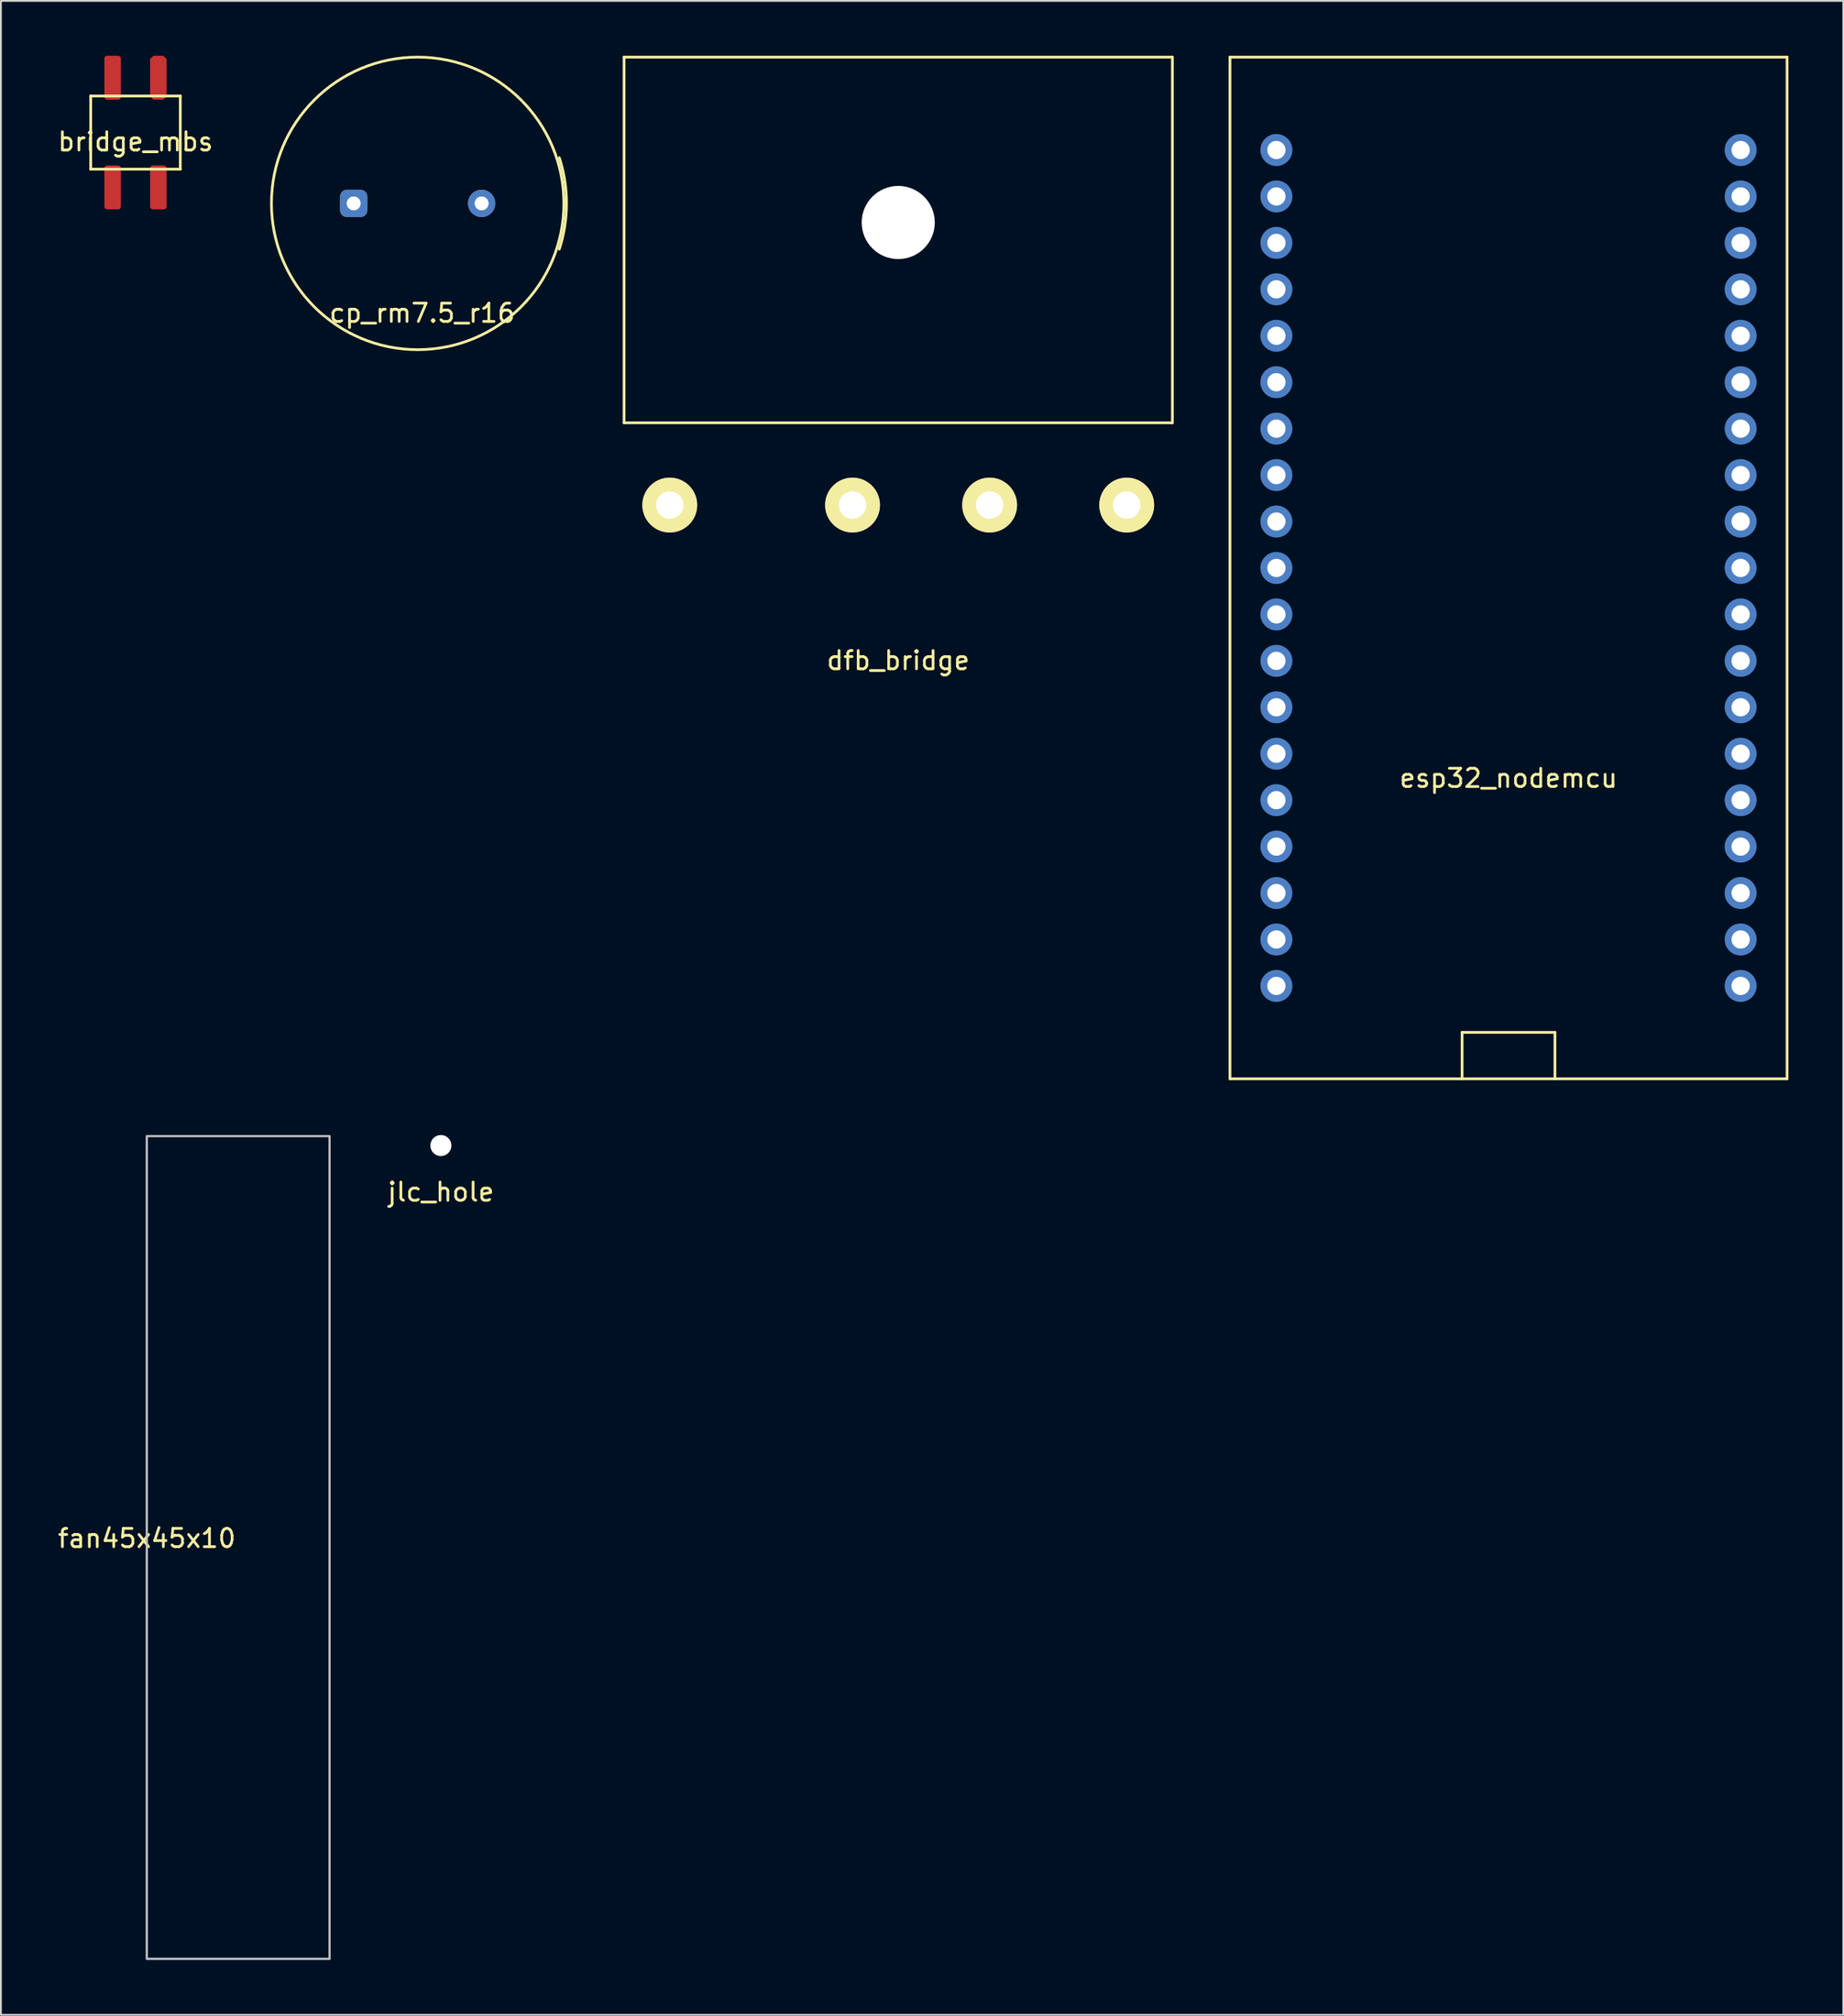
<source format=kicad_pcb>
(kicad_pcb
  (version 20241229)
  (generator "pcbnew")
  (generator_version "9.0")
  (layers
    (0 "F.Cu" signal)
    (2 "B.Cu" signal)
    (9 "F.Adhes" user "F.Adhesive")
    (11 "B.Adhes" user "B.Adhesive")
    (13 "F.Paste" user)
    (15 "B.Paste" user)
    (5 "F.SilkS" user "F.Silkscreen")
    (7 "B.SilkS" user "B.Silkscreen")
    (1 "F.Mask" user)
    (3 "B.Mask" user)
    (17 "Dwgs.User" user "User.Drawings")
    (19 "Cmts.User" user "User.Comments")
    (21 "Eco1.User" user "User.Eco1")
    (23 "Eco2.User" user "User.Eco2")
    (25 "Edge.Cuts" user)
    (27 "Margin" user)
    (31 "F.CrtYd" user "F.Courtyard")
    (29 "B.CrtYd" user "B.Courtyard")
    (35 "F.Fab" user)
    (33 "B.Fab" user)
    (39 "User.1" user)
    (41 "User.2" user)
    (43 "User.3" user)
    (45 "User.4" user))
  (footprint "esp32_nodemcu"
    (layer "F.Cu")
    (at 79.484 28.015)
    (property "Reference" "esp32_nodemcu" (at 0 11.5 0) (layer "F.SilkS") (effects (font (size 1 1) (thickness 0.15))))
    (attr through_hole)
    (fp_line (start -15.24 -27.94) (end 15.24 -27.94) (stroke (width 0.15) (type solid)) (layer "F.SilkS"))
    (fp_line (start -15.24 27.94) (end -15.24 -27.94) (stroke (width 0.15) (type solid)) (layer "F.SilkS"))
    (fp_line (start -2.54 25.4) (end 2.54 25.4) (stroke (width 0.15) (type solid)) (layer "F.SilkS"))
    (fp_line (start -2.54 27.94) (end -2.54 25.4) (stroke (width 0.15) (type solid)) (layer "F.SilkS"))
    (fp_line (start 2.54 25.4) (end 2.54 27.94) (stroke (width 0.15) (type solid)) (layer "F.SilkS"))
    (fp_line (start 15.24 -27.94) (end 15.24 27.94) (stroke (width 0.15) (type solid)) (layer "F.SilkS"))
    (fp_line (start 15.24 27.94) (end -15.24 27.94) (stroke (width 0.15) (type solid)) (layer "F.SilkS"))
    (pad "1" thru_hole circle (at -12.7 -22.86) (size 1.3 1.3) (drill 1) (layers "*.Cu" "*.Mask"))
    (pad "1" smd circle (at -12.7 -22.86) (size 1.5 1.5) (layers "F.Cu" "F.Mask"))
    (pad "1" smd circle (at -12.7 -22.86) (size 1.75 1.75) (layers "B.Cu" "B.Mask"))
    (pad "2" thru_hole circle (at -12.7 -20.32) (size 1.3 1.3) (drill 1) (layers "*.Cu" "*.Mask"))
    (pad "2" smd circle (at -12.7 -20.32) (size 1.75 1.75) (layers "B.Cu" "B.Mask"))
    (pad "3" thru_hole circle (at -12.7 -17.78) (size 1.3 1.3) (drill 1) (layers "*.Cu" "*.Mask"))
    (pad "3" smd circle (at -12.7 -17.78) (size 1.5 1.5) (layers "F.Cu" "F.Mask"))
    (pad "3" smd circle (at -12.7 -17.78) (size 1.75 1.75) (layers "B.Cu" "B.Mask"))
    (pad "4" thru_hole circle (at -12.7 -15.24) (size 1.3 1.3) (drill 1) (layers "*.Cu" "*.Mask"))
    (pad "4" smd circle (at -12.7 -15.24) (size 1.5 1.5) (layers "F.Cu" "F.Mask"))
    (pad "4" smd circle (at -12.7 -15.24) (size 1.75 1.75) (layers "B.Cu" "B.Mask"))
    (pad "5" thru_hole circle (at -12.7 -12.7) (size 1.3 1.3) (drill 1) (layers "*.Cu" "*.Mask"))
    (pad "5" smd circle (at -12.7 -12.7) (size 1.5 1.5) (layers "F.Cu" "F.Mask"))
    (pad "5" smd circle (at -12.7 -12.7) (size 1.75 1.75) (layers "B.Cu" "B.Mask"))
    (pad "6" thru_hole circle (at -12.7 -10.16) (size 1.3 1.3) (drill 1) (layers "*.Cu" "*.Mask"))
    (pad "6" smd circle (at -12.7 -10.16) (size 1.5 1.5) (layers "F.Cu" "F.Mask"))
    (pad "6" smd circle (at -12.7 -10.16) (size 1.75 1.75) (layers "B.Cu" "B.Mask"))
    (pad "7" thru_hole circle (at -12.7 -7.62) (size 1.3 1.3) (drill 1) (layers "*.Cu" "*.Mask"))
    (pad "7" smd circle (at -12.7 -7.62) (size 1.5 1.5) (layers "F.Cu" "F.Mask"))
    (pad "7" smd circle (at -12.7 -7.62) (size 1.75 1.75) (layers "B.Cu" "B.Mask"))
    (pad "8" thru_hole circle (at -12.7 -5.08) (size 1.3 1.3) (drill 1) (layers "*.Cu" "*.Mask"))
    (pad "8" smd circle (at -12.7 -5.08) (size 1.5 1.5) (layers "F.Cu" "F.Mask"))
    (pad "8" smd circle (at -12.7 -5.08) (size 1.75 1.75) (layers "B.Cu" "B.Mask"))
    (pad "9" thru_hole circle (at -12.7 -2.54) (size 1.3 1.3) (drill 1) (layers "*.Cu" "*.Mask"))
    (pad "9" smd circle (at -12.7 -2.54) (size 1.5 1.5) (layers "F.Cu" "F.Mask"))
    (pad "9" smd circle (at -12.7 -2.54) (size 1.75 1.75) (layers "B.Cu" "B.Mask"))
    (pad "10" thru_hole circle (at -12.7 0) (size 1.3 1.3) (drill 1) (layers "*.Cu" "*.Mask"))
    (pad "10" smd circle (at -12.7 0) (size 1.5 1.5) (layers "F.Cu" "F.Mask"))
    (pad "10" smd circle (at -12.7 0) (size 1.75 1.75) (layers "B.Cu" "B.Mask"))
    (pad "11" thru_hole circle (at -12.7 2.54) (size 1.3 1.3) (drill 1) (layers "*.Cu" "*.Mask"))
    (pad "11" smd circle (at -12.7 2.54) (size 1.5 1.5) (layers "F.Cu" "F.Mask"))
    (pad "11" smd circle (at -12.7 2.54) (size 1.75 1.75) (layers "B.Cu" "B.Mask"))
    (pad "12" thru_hole circle (at -12.7 5.08) (size 1.3 1.3) (drill 1) (layers "*.Cu" "*.Mask"))
    (pad "12" smd circle (at -12.7 5.08) (size 1.5 1.5) (layers "F.Cu" "F.Mask"))
    (pad "12" smd circle (at -12.7 5.08) (size 1.75 1.75) (layers "B.Cu" "B.Mask"))
    (pad "13" thru_hole circle (at -12.7 7.62) (size 1.3 1.3) (drill 1) (layers "*.Cu" "*.Mask"))
    (pad "13" smd circle (at -12.7 7.62) (size 1.5 1.5) (layers "F.Cu" "F.Mask"))
    (pad "13" smd circle (at -12.7 7.62) (size 1.75 1.75) (layers "B.Cu" "B.Mask"))
    (pad "14" thru_hole circle (at -12.7 10.16) (size 1.3 1.3) (drill 1) (layers "*.Cu" "*.Mask"))
    (pad "14" smd circle (at -12.7 10.16) (size 1.5 1.5) (layers "F.Cu" "F.Mask"))
    (pad "14" smd circle (at -12.7 10.16) (size 1.75 1.75) (layers "B.Cu" "B.Mask"))
    (pad "15" thru_hole circle (at -12.7 12.7) (size 1.3 1.3) (drill 1) (layers "*.Cu" "*.Mask"))
    (pad "15" smd circle (at -12.7 12.7) (size 1.5 1.5) (layers "F.Cu" "F.Mask"))
    (pad "15" smd circle (at -12.7 12.7) (size 1.75 1.75) (layers "B.Cu" "B.Mask"))
    (pad "16" thru_hole circle (at -12.7 15.24) (size 1.3 1.3) (drill 1) (layers "*.Cu" "*.Mask"))
    (pad "16" smd circle (at -12.7 15.24) (size 1.5 1.5) (layers "F.Cu" "F.Mask"))
    (pad "16" smd circle (at -12.7 15.24) (size 1.75 1.75) (layers "B.Cu" "B.Mask"))
    (pad "17" thru_hole circle (at -12.7 17.78) (size 1.3 1.3) (drill 1) (layers "*.Cu" "*.Mask"))
    (pad "17" smd circle (at -12.7 17.78) (size 1.5 1.5) (layers "F.Cu" "F.Mask"))
    (pad "17" smd circle (at -12.7 17.78) (size 1.75 1.75) (layers "B.Cu" "B.Mask"))
    (pad "18" thru_hole circle (at -12.7 20.32) (size 1.3 1.3) (drill 1) (layers "*.Cu" "*.Mask"))
    (pad "18" smd circle (at -12.7 20.32) (size 1.5 1.5) (layers "F.Cu" "F.Mask"))
    (pad "18" smd circle (at -12.7 20.32) (size 1.75 1.75) (layers "B.Cu" "B.Mask"))
    (pad "19" thru_hole circle (at -12.7 22.86) (size 1.3 1.3) (drill 1) (layers "*.Cu" "*.Mask"))
    (pad "19" smd circle (at -12.7 22.86) (size 1.5 1.5) (layers "F.Cu" "F.Mask"))
    (pad "19" smd circle (at -12.7 22.86) (size 1.75 1.75) (layers "B.Cu" "B.Mask"))
    (pad "20" thru_hole circle (at 12.7 22.86) (size 1.3 1.3) (drill 1) (layers "*.Cu" "*.Mask"))
    (pad "20" smd circle (at 12.7 22.86) (size 1.5 1.5) (layers "F.Cu" "F.Mask"))
    (pad "20" smd circle (at 12.7 22.86) (size 1.75 1.75) (layers "B.Cu" "B.Mask"))
    (pad "21" thru_hole circle (at 12.7 20.32) (size 1.3 1.3) (drill 1) (layers "*.Cu" "*.Mask"))
    (pad "21" smd circle (at 12.7 20.32) (size 1.5 1.5) (layers "F.Cu" "F.Mask"))
    (pad "21" smd circle (at 12.7 20.32) (size 1.75 1.75) (layers "B.Cu" "B.Mask"))
    (pad "22" thru_hole circle (at 12.7 17.78) (size 1.3 1.3) (drill 1) (layers "*.Cu" "*.Mask"))
    (pad "22" smd circle (at 12.7 17.78) (size 1.5 1.5) (layers "F.Cu" "F.Mask"))
    (pad "22" smd circle (at 12.7 17.78) (size 1.75 1.75) (layers "B.Cu" "B.Mask"))
    (pad "23" thru_hole circle (at 12.7 15.24) (size 1.3 1.3) (drill 1) (layers "*.Cu" "*.Mask"))
    (pad "23" smd circle (at 12.7 15.24) (size 1.5 1.5) (layers "F.Cu" "F.Mask"))
    (pad "23" smd circle (at 12.7 15.24) (size 1.75 1.75) (layers "B.Cu" "B.Mask"))
    (pad "24" thru_hole circle (at 12.7 12.7) (size 1.3 1.3) (drill 1) (layers "*.Cu" "*.Mask"))
    (pad "24" smd circle (at 12.7 12.7) (size 1.5 1.5) (layers "F.Cu" "F.Mask"))
    (pad "24" smd circle (at 12.7 12.7) (size 1.75 1.75) (layers "B.Cu" "B.Mask"))
    (pad "25" thru_hole circle (at 12.7 10.16) (size 1.3 1.3) (drill 1) (layers "*.Cu" "*.Mask"))
    (pad "25" smd circle (at 12.7 10.16) (size 1.5 1.5) (layers "F.Cu" "F.Mask"))
    (pad "25" smd circle (at 12.7 10.16) (size 1.75 1.75) (layers "B.Cu" "B.Mask"))
    (pad "26" thru_hole circle (at 12.7 7.62) (size 1.3 1.3) (drill 1) (layers "*.Cu" "*.Mask"))
    (pad "26" smd circle (at 12.7 7.62) (size 1.5 1.5) (layers "F.Cu" "F.Mask"))
    (pad "26" smd circle (at 12.7 7.62) (size 1.75 1.75) (layers "B.Cu" "B.Mask"))
    (pad "27" thru_hole circle (at 12.7 5.08) (size 1.3 1.3) (drill 1) (layers "*.Cu" "*.Mask"))
    (pad "27" smd circle (at 12.7 5.08) (size 1.5 1.5) (layers "F.Cu" "F.Mask"))
    (pad "27" smd circle (at 12.7 5.08) (size 1.75 1.75) (layers "B.Cu" "B.Mask"))
    (pad "28" thru_hole circle (at 12.7 2.54) (size 1.3 1.3) (drill 1) (layers "*.Cu" "*.Mask"))
    (pad "28" smd circle (at 12.7 2.54) (size 1.5 1.5) (layers "F.Cu" "F.Mask"))
    (pad "28" smd circle (at 12.7 2.54) (size 1.75 1.75) (layers "B.Cu" "B.Mask"))
    (pad "29" thru_hole circle (at 12.7 0) (size 1.3 1.3) (drill 1) (layers "*.Cu" "*.Mask"))
    (pad "29" smd circle (at 12.7 0) (size 1.5 1.5) (layers "F.Cu" "F.Mask"))
    (pad "29" smd circle (at 12.7 0) (size 1.75 1.75) (layers "B.Cu" "B.Mask"))
    (pad "30" thru_hole circle (at 12.7 -2.54) (size 1.3 1.3) (drill 1) (layers "*.Cu" "*.Mask"))
    (pad "30" smd circle (at 12.7 -2.54) (size 1.5 1.5) (layers "F.Cu" "F.Mask"))
    (pad "30" smd circle (at 12.7 -2.54) (size 1.75 1.75) (layers "B.Cu" "B.Mask"))
    (pad "31" thru_hole circle (at 12.7 -5.08) (size 1.3 1.3) (drill 1) (layers "*.Cu" "*.Mask"))
    (pad "31" smd circle (at 12.7 -5.08) (size 1.5 1.5) (layers "F.Cu" "F.Mask"))
    (pad "31" smd circle (at 12.7 -5.08) (size 1.75 1.75) (layers "B.Cu" "B.Mask"))
    (pad "32" thru_hole circle (at 12.7 -7.62) (size 1.3 1.3) (drill 1) (layers "*.Cu" "*.Mask"))
    (pad "32" smd circle (at 12.7 -7.62) (size 1.5 1.5) (layers "F.Cu" "F.Mask"))
    (pad "32" smd circle (at 12.7 -7.62) (size 1.75 1.75) (layers "B.Cu" "B.Mask"))
    (pad "33" thru_hole circle (at 12.7 -10.16) (size 1.3 1.3) (drill 1) (layers "*.Cu" "*.Mask"))
    (pad "33" smd circle (at 12.7 -10.16) (size 1.5 1.5) (layers "F.Cu" "F.Mask"))
    (pad "33" smd circle (at 12.7 -10.16) (size 1.75 1.75) (layers "B.Cu" "B.Mask"))
    (pad "34" thru_hole circle (at 12.7 -12.7) (size 1.3 1.3) (drill 1) (layers "*.Cu" "*.Mask"))
    (pad "34" smd circle (at 12.7 -12.7) (size 1.5 1.5) (layers "F.Cu" "F.Mask"))
    (pad "34" smd circle (at 12.7 -12.7) (size 1.75 1.75) (layers "B.Cu" "B.Mask"))
    (pad "35" thru_hole circle (at 12.7 -15.24) (size 1.3 1.3) (drill 1) (layers "*.Cu" "*.Mask"))
    (pad "35" smd circle (at 12.7 -15.24) (size 1.5 1.5) (layers "F.Cu" "F.Mask"))
    (pad "35" smd circle (at 12.7 -15.24) (size 1.75 1.75) (layers "B.Cu" "B.Mask"))
    (pad "36" thru_hole circle (at 12.7 -17.78) (size 1.3 1.3) (drill 1) (layers "*.Cu" "*.Mask"))
    (pad "36" smd circle (at 12.7 -17.78) (size 1.5 1.5) (layers "F.Cu" "F.Mask"))
    (pad "36" smd circle (at 12.7 -17.78) (size 1.75 1.75) (layers "B.Cu" "B.Mask"))
    (pad "37" thru_hole circle (at 12.7 -20.32) (size 1.3 1.3) (drill 1) (layers "*.Cu" "*.Mask"))
    (pad "37" smd circle (at 12.7 -20.32) (size 1.5 1.5) (layers "F.Cu" "F.Mask"))
    (pad "37" smd circle (at 12.7 -20.32) (size 1.75 1.75) (layers "B.Cu" "B.Mask"))
    (pad "38" thru_hole circle (at 12.7 -22.86) (size 1.3 1.3) (drill 1) (layers "*.Cu" "*.Mask"))
    (pad "38" smd circle (at 12.7 -22.86) (size 1.5 1.5) (layers "F.Cu" "F.Mask"))
    (pad "38" smd circle (at 12.7 -22.86) (size 1.75 1.75) (layers "B.Cu" "B.Mask"))
    (pad "e" smd circle (at -12.7 -20.32) (size 1.5 1.5) (layers "F.Cu" "F.Mask")))
  (footprint "bridge_mbs"
    (layer "F.Cu")
    (at 4.363 4.2)
    (property "Reference" "bridge_mbs" (at 0 0.5 0) (unlocked yes) (layer "F.SilkS") (effects (font (size 1 1) (thickness 0.15))))
    (attr through_hole)
    (fp_line (start -2.45 -2) (end 2.45 -2) (stroke (width 0.15) (type solid)) (layer "F.SilkS"))
    (fp_line (start -2.45 2) (end -2.45 -2) (stroke (width 0.15) (type solid)) (layer "F.SilkS"))
    (fp_line (start 2.45 -2) (end 2.45 2) (stroke (width 0.15) (type solid)) (layer "F.SilkS"))
    (fp_line (start 2.45 2) (end -2.45 2) (stroke (width 0.15) (type solid)) (layer "F.SilkS"))
    (pad "1" smd roundrect (at 1.25 -3) (size 0.9 2.4) (layers "F.Cu" "F.Mask" "F.Paste") (roundrect_rratio 0.1) (chamfer_ratio 0.2) (chamfer top_left top_right bottom_left bottom_right))
    (pad "2" smd roundrect (at -1.25 -3) (size 0.9 2.4) (layers "F.Cu" "F.Mask" "F.Paste") (roundrect_rratio 0.167))
    (pad "3" smd roundrect (at -1.25 3) (size 0.9 2.4) (layers "F.Cu" "F.Mask" "F.Paste") (roundrect_rratio 0.167))
    (pad "4" smd roundrect (at 1.25 3) (size 0.9 2.4) (layers "F.Cu" "F.Mask" "F.Paste") (roundrect_rratio 0.167)))
  (footprint "jlc_hole"
    (layer "F.Cu")
    (at 21.072 59.606)
    (property "Reference" "jlc_hole" (at 0 2.54 0) (layer "F.SilkS") (effects (font (size 1 1) (thickness 0.15))))
    (attr through_hole)
    (pad "" np_thru_hole circle (at 0 0) (size 1.152 1.152) (drill 1.152) (layers "*.Cu" "*.Mask")))
  (footprint "cp_rm7.5_r16"
    (layer "F.Cu")
    (at 19.801 8.075)
    (property "Reference" "cp_rm7.5_r16" (at 0.25 6 0) (layer "F.SilkS") (effects (font (size 1 1) (thickness 0.15))))
    (attr through_hole)
    (fp_arc (start 7.749999 -2.5) (mid 8.143248 0) (end 7.749999 2.499999) (stroke (width 0.15) (type solid)) (layer "F.SilkS"))
    (fp_circle (center 0 0) (end 8 0) (stroke (width 0.15) (type solid)) (fill no) (layer "F.SilkS"))
    (pad "1" thru_hole circle (at -3.5 0) (size 1.25 1.25) (drill 0.75) (layers "*.Cu" "*.Mask"))
    (pad "1" thru_hole roundrect (at -3.5 0) (size 1.5 1.5) (drill 0.75) (layers "B.Cu" "B.Mask") (roundrect_rratio 0.25))
    (pad "2" thru_hole circle (at 3.5 0) (size 1.25 1.25) (drill 0.75) (layers "*.Cu" "*.Mask"))
    (pad "2" thru_hole circle (at 3.5 0) (size 1.5 1.5) (drill 0.75) (layers "B.Cu" "B.Mask")))
  (footprint "dfb_bridge"
    (layer "F.Cu")
    (at 46.094 30.075)
    (property "Reference" "dfb_bridge" (at 0 3 0) (layer "F.SilkS") (effects (font (size 1 1) (thickness 0.15))))
    (attr through_hole)
    (fp_line (start -15 -30) (end -15 -10) (stroke (width 0.15) (type solid)) (layer "F.SilkS"))
    (fp_line (start -15 -30) (end 15 -30) (stroke (width 0.15) (type solid)) (layer "F.SilkS"))
    (fp_line (start -15 -10) (end 15 -10) (stroke (width 0.15) (type solid)) (layer "F.SilkS"))
    (fp_line (start 15 -30) (end 15 -10) (stroke (width 0.15) (type solid)) (layer "F.SilkS"))
    (fp_circle (center 0 -21) (end 1.5 -21) (stroke (width 0.15) (type solid)) (fill no) (layer "F.SilkS"))
    (pad "" np_thru_hole circle (at 0 -20.955) (size 4 4) (drill 4) (layers "*.Cu" "*.Mask"))
    (pad "1" thru_hole circle (at -12.5 -5.5) (size 3 3) (drill 1.5) (layers "*.Cu" "*.Mask" "F.SilkS"))
    (pad "2" thru_hole circle (at -2.5 -5.5) (size 3 3) (drill 1.5) (layers "*.Cu" "*.Mask" "F.SilkS"))
    (pad "3" thru_hole circle (at 5 -5.5) (size 3 3) (drill 1.5) (layers "*.Cu" "*.Mask" "F.SilkS"))
    (pad "4" thru_hole circle (at 12.5 -5.5) (size 3 3) (drill 1.5) (layers "*.Cu" "*.Mask" "F.SilkS")))
  (footprint "fan45x45x10"
    (layer "F.Cu")
    (at 4.982 81.59)
    (property "Reference" "fan45x45x10" (at 0 -0.5 0) (unlocked yes) (layer "F.SilkS") (effects (font (size 1 1) (thickness 0.15))))
    (fp_rect (start 0 -22.5) (end 10 22.5) (stroke (width 0.12) (type solid)) (fill no) (layer "Dwgs.User")))
  (gr_rect
    (start -3 -3)
    (end 97.799 107.15)
    (stroke (width 0.1) (type default))
    (fill no)
    (layer "Edge.Cuts")))
</source>
